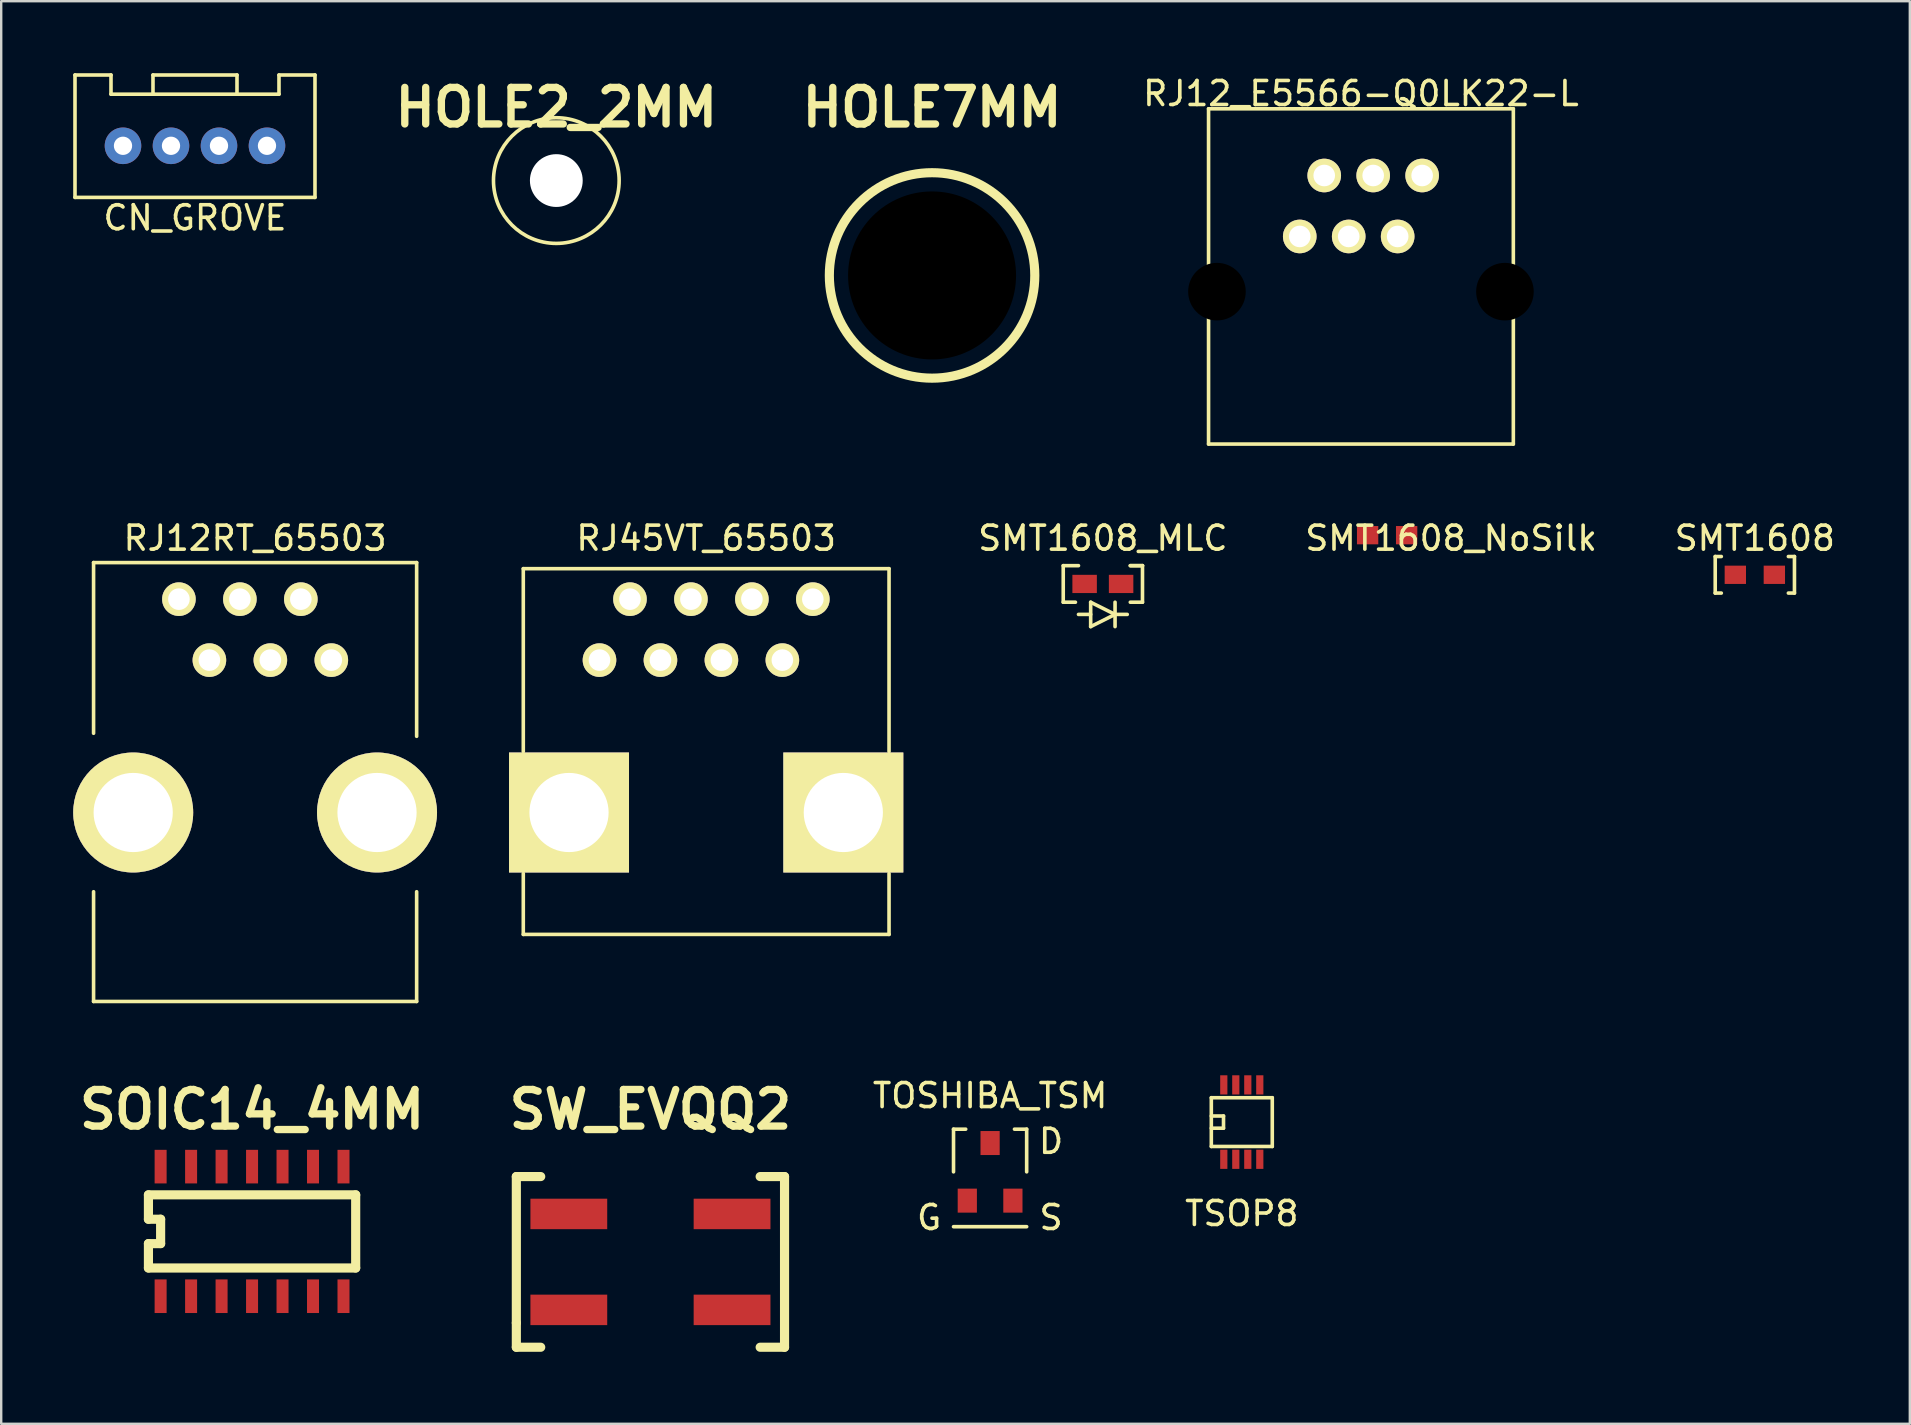
<source format=kicad_pcb>
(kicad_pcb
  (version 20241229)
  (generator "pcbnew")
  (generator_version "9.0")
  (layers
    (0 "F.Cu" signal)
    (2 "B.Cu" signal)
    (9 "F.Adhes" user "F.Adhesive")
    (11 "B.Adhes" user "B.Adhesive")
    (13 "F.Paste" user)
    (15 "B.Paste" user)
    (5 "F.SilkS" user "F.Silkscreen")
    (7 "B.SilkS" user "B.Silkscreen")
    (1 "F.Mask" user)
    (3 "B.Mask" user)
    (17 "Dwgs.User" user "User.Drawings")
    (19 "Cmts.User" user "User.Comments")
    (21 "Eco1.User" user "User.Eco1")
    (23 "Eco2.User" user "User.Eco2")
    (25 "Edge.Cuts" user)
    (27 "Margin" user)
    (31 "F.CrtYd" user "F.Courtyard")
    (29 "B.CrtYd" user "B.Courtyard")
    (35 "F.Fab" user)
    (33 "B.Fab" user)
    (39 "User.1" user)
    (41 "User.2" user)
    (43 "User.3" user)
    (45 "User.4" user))
  (footprint "RJ45VT_65503"
    (layer "F.Cu")
    (at 26.375 30.806)
    (property "Reference" "RJ45VT_65503" (at 0 -11.43 0) (layer "F.SilkS") (effects (font (size 1 1) (thickness 0.15))))
    (attr through_hole)
    (fp_line (start -7.62 -10.16) (end -7.62 -2.54) (stroke (width 0.15) (type solid)) (layer "F.SilkS"))
    (fp_line (start -7.62 -10.16) (end 7.62 -10.16) (stroke (width 0.15) (type solid)) (layer "F.SilkS"))
    (fp_line (start -7.62 5.08) (end -7.62 2.54) (stroke (width 0.15) (type solid)) (layer "F.SilkS"))
    (fp_line (start -7.62 5.08) (end 7.62 5.08) (stroke (width 0.15) (type solid)) (layer "F.SilkS"))
    (fp_line (start 7.62 -10.16) (end 7.62 -2.54) (stroke (width 0.15) (type solid)) (layer "F.SilkS"))
    (fp_line (start 7.62 5.08) (end 7.62 2.54) (stroke (width 0.15) (type solid)) (layer "F.SilkS"))
    (pad "1" thru_hole circle (at -4.445 -6.35) (size 1.4 1.4) (drill 0.9) (layers "*.Cu" "*.Mask" "F.SilkS"))
    (pad "2" thru_hole circle (at -3.175 -8.89) (size 1.4 1.4) (drill 0.9) (layers "*.Cu" "*.Mask" "F.SilkS"))
    (pad "3" thru_hole circle (at -1.905 -6.35) (size 1.4 1.4) (drill 0.9) (layers "*.Cu" "*.Mask" "F.SilkS"))
    (pad "4" thru_hole circle (at -0.635 -8.89) (size 1.4 1.4) (drill 0.9) (layers "*.Cu" "*.Mask" "F.SilkS"))
    (pad "5" thru_hole circle (at 0.635 -6.35) (size 1.4 1.4) (drill 0.9) (layers "*.Cu" "*.Mask" "F.SilkS"))
    (pad "6" thru_hole circle (at 1.905 -8.89) (size 1.4 1.4) (drill 0.9) (layers "*.Cu" "*.Mask" "F.SilkS"))
    (pad "7" thru_hole circle (at 3.175 -6.35) (size 1.4 1.4) (drill 0.9) (layers "*.Cu" "*.Mask" "F.SilkS"))
    (pad "8" thru_hole circle (at 4.445 -8.89) (size 1.4 1.4) (drill 0.9) (layers "*.Cu" "*.Mask" "F.SilkS"))
    (pad "9" thru_hole rect (at -5.715 0) (size 5 5) (drill 3.3) (layers "*.Cu" "*.Mask" "F.SilkS"))
    (pad "10" thru_hole rect (at 5.715 0) (size 5 5) (drill 3.3) (layers "*.Cu" "*.Mask" "F.SilkS")))
  (footprint "RJ12RT_65503"
    (layer "F.Cu")
    (at 7.58 30.806)
    (property "Reference" "RJ12RT_65503" (at 0 -11.43 0) (layer "F.SilkS") (effects (font (size 1 1) (thickness 0.15))))
    (attr through_hole)
    (fp_line (start -6.731 -10.414) (end -6.731 -3.302) (stroke (width 0.15) (type solid)) (layer "F.SilkS"))
    (fp_line (start -6.731 -10.414) (end 6.731 -10.414) (stroke (width 0.15) (type solid)) (layer "F.SilkS"))
    (fp_line (start -6.731 7.874) (end -6.731 3.302) (stroke (width 0.15) (type solid)) (layer "F.SilkS"))
    (fp_line (start -6.731 7.874) (end 6.731 7.874) (stroke (width 0.15) (type solid)) (layer "F.SilkS"))
    (fp_line (start 6.731 -10.414) (end 6.731 -3.175) (stroke (width 0.15) (type solid)) (layer "F.SilkS"))
    (fp_line (start 6.731 7.874) (end 6.731 3.302) (stroke (width 0.15) (type solid)) (layer "F.SilkS"))
    (pad "1" thru_hole circle (at -3.175 -8.89) (size 1.4 1.4) (drill 0.9) (layers "*.Cu" "*.Mask" "F.SilkS"))
    (pad "2" thru_hole circle (at -1.905 -6.35) (size 1.4 1.4) (drill 0.9) (layers "*.Cu" "*.Mask" "F.SilkS"))
    (pad "3" thru_hole circle (at -0.635 -8.89) (size 1.4 1.4) (drill 0.9) (layers "*.Cu" "*.Mask" "F.SilkS"))
    (pad "4" thru_hole circle (at 0.635 -6.35) (size 1.4 1.4) (drill 0.9) (layers "*.Cu" "*.Mask" "F.SilkS"))
    (pad "5" thru_hole circle (at 1.905 -8.89) (size 1.4 1.4) (drill 0.9) (layers "*.Cu" "*.Mask" "F.SilkS"))
    (pad "6" thru_hole circle (at 3.175 -6.35) (size 1.4 1.4) (drill 0.9) (layers "*.Cu" "*.Mask" "F.SilkS"))
    (pad "7" thru_hole circle (at -5.08 0) (size 5 5) (drill 3.3) (layers "*.Cu" "*.Mask" "F.SilkS"))
    (pad "8" thru_hole circle (at 5.08 0) (size 5 5) (drill 3.3) (layers "*.Cu" "*.Mask" "F.SilkS")))
  (footprint "SMT1608_MLC"
    (layer "F.Cu")
    (at 42.905 21.282)
    (property "Reference" "SMT1608_MLC" (at 0 -1.905 0) (layer "F.SilkS") (effects (font (size 1 1) (thickness 0.15))))
    (attr through_hole)
    (fp_line (start -1.651 -0.762) (end -1.651 0.762) (stroke (width 0.15) (type solid)) (layer "F.SilkS"))
    (fp_line (start -1.651 -0.762) (end -1.016 -0.762) (stroke (width 0.15) (type solid)) (layer "F.SilkS"))
    (fp_line (start -1.651 0.762) (end -1.143 0.762) (stroke (width 0.15) (type solid)) (layer "F.SilkS"))
    (fp_line (start -0.508 0.762) (end -0.508 1.778) (stroke (width 0.15) (type solid)) (layer "F.SilkS"))
    (fp_line (start -0.508 1.27) (end -1.016 1.27) (stroke (width 0.15) (type solid)) (layer "F.SilkS"))
    (fp_line (start -0.508 1.778) (end 0.508 1.27) (stroke (width 0.15) (type solid)) (layer "F.SilkS"))
    (fp_line (start 0.508 0.762) (end 0.508 1.778) (stroke (width 0.15) (type solid)) (layer "F.SilkS"))
    (fp_line (start 0.508 1.27) (end -0.508 0.762) (stroke (width 0.15) (type solid)) (layer "F.SilkS"))
    (fp_line (start 0.508 1.27) (end 1.016 1.27) (stroke (width 0.15) (type solid)) (layer "F.SilkS"))
    (fp_line (start 1.143 -0.762) (end 1.651 -0.762) (stroke (width 0.15) (type solid)) (layer "F.SilkS"))
    (fp_line (start 1.651 -0.762) (end 1.143 -0.762) (stroke (width 0.15) (type solid)) (layer "F.SilkS"))
    (fp_line (start 1.651 -0.762) (end 1.651 0.762) (stroke (width 0.15) (type solid)) (layer "F.SilkS"))
    (fp_line (start 1.651 0.762) (end 1.143 0.762) (stroke (width 0.15) (type solid)) (layer "F.SilkS"))
    (pad "1" smd rect (at 0.76 0) (size 1.02 0.76) (layers "F.Cu" "F.Mask" "F.Paste"))
    (pad "2" smd rect (at -0.76 0) (size 1.02 0.76) (layers "F.Cu" "F.Mask" "F.Paste")))
  (footprint "HOLE2_2MM"
    (layer "F.Cu")
    (at 20.131 4.474)
    (property "Reference" "HOLE2_2MM" (at 0 -3.048 0) (layer "F.SilkS") (effects (font (size 1.524 1.524) (thickness 0.305))))
    (attr through_hole)
    (fp_circle (center 0 0) (end 2.54 0.635) (stroke (width 0.15) (type solid)) (fill no) (layer "F.SilkS"))
    (pad "" np_thru_hole circle (at 0 0) (size 2.2 2.2) (drill 2.2) (layers "*.Cu")))
  (footprint "HOLE7MM"
    (layer "F.Cu")
    (at 35.788 8.427)
    (property "Reference" "HOLE7MM" (at 0 -7 0) (layer "F.SilkS") (effects (font (size 1.524 1.524) (thickness 0.305))))
    (attr through_hole)
    (fp_circle (center 0 0) (end 4 1.524) (stroke (width 0.381) (type solid)) (fill no) (layer "F.SilkS"))
    (pad "" np_thru_hole circle (at 0 0) (size 7 7) (drill 7) (layers)))
  (footprint "CN_GROVE"
    (layer "F.Cu")
    (at 5.075 3.025)
    (property "Reference" "CN_GROVE" (at 0 3 0) (layer "F.SilkS") (effects (font (size 1 1) (thickness 0.15))))
    (attr through_hole)
    (fp_line (start -5 -2.95) (end -5 2.15) (stroke (width 0.15) (type solid)) (layer "F.SilkS"))
    (fp_line (start -5 -2.95) (end -3.5 -2.95) (stroke (width 0.15) (type solid)) (layer "F.SilkS"))
    (fp_line (start -5 2.15) (end 5 2.15) (stroke (width 0.15) (type solid)) (layer "F.SilkS"))
    (fp_line (start -3.5 -2.95) (end -3.5 -2.15) (stroke (width 0.15) (type solid)) (layer "F.SilkS"))
    (fp_line (start -3.5 -2.15) (end 3.5 -2.15) (stroke (width 0.15) (type solid)) (layer "F.SilkS"))
    (fp_line (start -1.75 -2.95) (end -1.75 -2.15) (stroke (width 0.15) (type solid)) (layer "F.SilkS"))
    (fp_line (start -1.75 -2.95) (end 1.75 -2.95) (stroke (width 0.15) (type solid)) (layer "F.SilkS"))
    (fp_line (start 1.75 -2.95) (end 1.75 -2.15) (stroke (width 0.15) (type solid)) (layer "F.SilkS"))
    (fp_line (start 3.5 -2.95) (end 3.5 -2.15) (stroke (width 0.15) (type solid)) (layer "F.SilkS"))
    (fp_line (start 3.5 -2.95) (end 5 -2.95) (stroke (width 0.15) (type solid)) (layer "F.SilkS"))
    (fp_line (start 5 -2.95) (end 5 2.15) (stroke (width 0.15) (type solid)) (layer "F.SilkS"))
    (pad "1" thru_hole circle (at 3 0) (size 1.524 1.524) (drill 0.762) (layers "*.Cu" "*.Mask"))
    (pad "2" thru_hole circle (at 1 0) (size 1.524 1.524) (drill 0.762) (layers "*.Cu" "*.Mask"))
    (pad "3" thru_hole circle (at -1 0) (size 1.524 1.524) (drill 0.762) (layers "*.Cu" "*.Mask"))
    (pad "4" thru_hole circle (at -3 0) (size 1.524 1.524) (drill 0.762) (layers "*.Cu" "*.Mask")))
  (footprint "SMT1608_NoSilk"
    (layer "F.Cu")
    (at 54.75 19.25)
    (property "Reference" "SMT1608_NoSilk" (at 2.667 0.127 0) (layer "F.SilkS") (effects (font (size 1 1) (thickness 0.15))))
    (attr through_hole)
    (pad "1" smd rect (at -0.813 0) (size 0.889 0.762) (layers "F.Cu" "F.Mask" "F.Paste"))
    (pad "2" smd rect (at 0.813 0) (size 0.889 0.762) (layers "F.Cu" "F.Mask" "F.Paste")))
  (footprint "SMT1608"
    (layer "F.Cu")
    (at 70.072 20.901)
    (property "Reference" "SMT1608" (at 0 -1.524 0) (layer "F.SilkS") (effects (font (size 1 1) (thickness 0.15))))
    (attr through_hole)
    (fp_line (start -1.651 -0.762) (end -1.651 0.762) (stroke (width 0.15) (type solid)) (layer "F.SilkS"))
    (fp_line (start -1.651 0.762) (end -1.397 0.762) (stroke (width 0.15) (type solid)) (layer "F.SilkS"))
    (fp_line (start -1.397 -0.762) (end -1.651 -0.762) (stroke (width 0.15) (type solid)) (layer "F.SilkS"))
    (fp_line (start 1.397 -0.762) (end 1.651 -0.762) (stroke (width 0.15) (type solid)) (layer "F.SilkS"))
    (fp_line (start 1.651 -0.762) (end 1.651 0.762) (stroke (width 0.15) (type solid)) (layer "F.SilkS"))
    (fp_line (start 1.651 0.762) (end 1.397 0.762) (stroke (width 0.15) (type solid)) (layer "F.SilkS"))
    (pad "1" smd rect (at -0.813 0) (size 0.889 0.762) (layers "F.Cu" "F.Mask" "F.Paste"))
    (pad "2" smd rect (at 0.813 0) (size 0.889 0.762) (layers "F.Cu" "F.Mask" "F.Paste")))
  (footprint "TOSHIBA_TSM"
    (layer "F.Cu")
    (at 38.206 45.779)
    (property "Reference" "TOSHIBA_TSM" (at 0 -3.175 0) (layer "F.SilkS") (effects (font (size 1 1) (thickness 0.15))))
    (attr through_hole)
    (fp_line (start -1.524 -1.778) (end -1.524 0) (stroke (width 0.15) (type solid)) (layer "F.SilkS"))
    (fp_line (start -1.524 2.286) (end 1.524 2.286) (stroke (width 0.15) (type solid)) (layer "F.SilkS"))
    (fp_line (start -1.016 -1.778) (end -1.524 -1.778) (stroke (width 0.15) (type solid)) (layer "F.SilkS"))
    (fp_line (start 1.016 -1.778) (end 1.524 -1.778) (stroke (width 0.15) (type solid)) (layer "F.SilkS"))
    (fp_line (start 1.524 -1.778) (end 1.524 0) (stroke (width 0.15) (type solid)) (layer "F.SilkS"))
    (fp_text user "G" (at -2.54 1.905 0) (layer "F.SilkS") (effects (font (size 1 1) (thickness 0.15))))
    (fp_text user "D" (at 2.54 -1.27 0) (layer "F.SilkS") (effects (font (size 1 1) (thickness 0.15))))
    (fp_text user "S" (at 2.54 1.905 0) (layer "F.SilkS") (effects (font (size 1 1) (thickness 0.15))))
    (pad "1" smd rect (at -0.95 1.2) (size 0.8 1) (layers "F.Cu" "F.Mask" "F.Paste"))
    (pad "2" smd rect (at 0.95 1.2) (size 0.8 1) (layers "F.Cu" "F.Mask" "F.Paste"))
    (pad "3" smd rect (at 0 -1.2) (size 0.8 1) (layers "F.Cu" "F.Mask" "F.Paste")))
  (footprint "RJ12_E5566-Q0LK22-L"
    (layer "F.Cu")
    (at 53.659 9.103)
    (property "Reference" "RJ12_E5566-Q0LK22-L" (at 0 -8.255 0) (layer "F.SilkS") (effects (font (size 1 1) (thickness 0.15))))
    (attr through_hole)
    (fp_line (start -6.35 -7.62) (end -6.35 6.35) (stroke (width 0.15) (type solid)) (layer "F.SilkS"))
    (fp_line (start -6.35 6.35) (end 6.35 6.35) (stroke (width 0.15) (type solid)) (layer "F.SilkS"))
    (fp_line (start 6.35 -7.62) (end -6.35 -7.62) (stroke (width 0.15) (type solid)) (layer "F.SilkS"))
    (fp_line (start 6.35 6.35) (end 6.35 -7.62) (stroke (width 0.15) (type solid)) (layer "F.SilkS"))
    (pad "" np_thru_hole circle (at -6 0) (size 3.4 3.4) (drill 2.4) (layers))
    (pad "" np_thru_hole circle (at 6 0) (size 3.4 3.4) (drill 2.4) (layers))
    (pad "1" thru_hole circle (at 2.55 -4.84) (size 1.4 1.4) (drill 0.9) (layers "*.Cu" "*.Mask" "F.SilkS"))
    (pad "2" thru_hole circle (at 1.53 -2.3) (size 1.4 1.4) (drill 0.9) (layers "*.Cu" "*.Mask" "F.SilkS"))
    (pad "3" thru_hole circle (at 0.51 -4.84) (size 1.4 1.4) (drill 0.9) (layers "*.Cu" "*.Mask" "F.SilkS"))
    (pad "4" thru_hole circle (at -0.51 -2.3) (size 1.4 1.4) (drill 0.9) (layers "*.Cu" "*.Mask" "F.SilkS"))
    (pad "5" thru_hole circle (at -1.53 -4.84) (size 1.4 1.4) (drill 0.9) (layers "*.Cu" "*.Mask" "F.SilkS"))
    (pad "6" thru_hole circle (at -2.55 -2.3) (size 1.4 1.4) (drill 0.9) (layers "*.Cu" "*.Mask" "F.SilkS")))
  (footprint "SW_EVQQ2"
    (layer "F.Cu")
    (at 24.053 49.532)
    (property "Reference" "SW_EVQQ2" (at 0 -6.35 0) (layer "F.SilkS") (effects (font (size 1.524 1.524) (thickness 0.305))))
    (attr through_hole)
    (fp_line (start -5.588 -3.556) (end -5.588 2.54) (stroke (width 0.381) (type solid)) (layer "F.SilkS"))
    (fp_line (start -5.588 2.54) (end -5.588 3.556) (stroke (width 0.381) (type solid)) (layer "F.SilkS"))
    (fp_line (start -5.588 3.556) (end -4.572 3.556) (stroke (width 0.381) (type solid)) (layer "F.SilkS"))
    (fp_line (start -4.572 -3.556) (end -5.588 -3.556) (stroke (width 0.381) (type solid)) (layer "F.SilkS"))
    (fp_line (start 4.572 -3.556) (end 5.588 -3.556) (stroke (width 0.381) (type solid)) (layer "F.SilkS"))
    (fp_line (start 5.588 -3.556) (end 5.588 3.556) (stroke (width 0.381) (type solid)) (layer "F.SilkS"))
    (fp_line (start 5.588 3.556) (end 4.572 3.556) (stroke (width 0.381) (type solid)) (layer "F.SilkS"))
    (pad "1" smd rect (at -3.401 1.999) (size 3.2 1.27) (layers "F.Cu" "F.Mask" "F.Paste"))
    (pad "2" smd rect (at 3.401 1.999) (size 3.2 1.27) (layers "F.Cu" "F.Mask" "F.Paste"))
    (pad "3" smd rect (at 3.401 -1.999) (size 3.2 1.27) (layers "F.Cu" "F.Mask" "F.Paste"))
    (pad "4" smd rect (at -3.401 -1.999) (size 3.2 1.27) (layers "F.Cu" "F.Mask" "F.Paste")))
  (footprint "SOIC14_4MM"
    (layer "F.Cu")
    (at 7.453 48.262)
    (property "Reference" "SOIC14_4MM" (at 0 -5.08 0) (layer "F.SilkS") (effects (font (size 1.524 1.524) (thickness 0.305))))
    (attr through_hole)
    (fp_line (start -4.318 -1.524) (end -4.318 -0.508) (stroke (width 0.381) (type solid)) (layer "F.SilkS"))
    (fp_line (start -4.318 -0.508) (end -3.81 -0.508) (stroke (width 0.381) (type solid)) (layer "F.SilkS"))
    (fp_line (start -4.318 0.508) (end -4.318 1.524) (stroke (width 0.381) (type solid)) (layer "F.SilkS"))
    (fp_line (start -4.318 1.524) (end 4.318 1.524) (stroke (width 0.381) (type solid)) (layer "F.SilkS"))
    (fp_line (start -3.81 -0.508) (end -3.81 0.508) (stroke (width 0.381) (type solid)) (layer "F.SilkS"))
    (fp_line (start -3.81 0.508) (end -4.318 0.508) (stroke (width 0.381) (type solid)) (layer "F.SilkS"))
    (fp_line (start 4.318 -1.524) (end -4.318 -1.524) (stroke (width 0.381) (type solid)) (layer "F.SilkS"))
    (fp_line (start 4.318 1.524) (end 4.318 -1.524) (stroke (width 0.381) (type solid)) (layer "F.SilkS"))
    (pad "1" smd rect (at -3.81 2.7) (size 0.5 1.4) (layers "F.Cu" "F.Mask" "F.Paste"))
    (pad "2" smd rect (at -2.54 2.7) (size 0.5 1.4) (layers "F.Cu" "F.Mask" "F.Paste"))
    (pad "3" smd rect (at -1.27 2.7) (size 0.5 1.4) (layers "F.Cu" "F.Mask" "F.Paste"))
    (pad "4" smd rect (at 0 2.7) (size 0.5 1.4) (layers "F.Cu" "F.Mask" "F.Paste"))
    (pad "5" smd rect (at 1.27 2.7) (size 0.5 1.4) (layers "F.Cu" "F.Mask" "F.Paste"))
    (pad "6" smd rect (at 2.54 2.7) (size 0.5 1.4) (layers "F.Cu" "F.Mask" "F.Paste"))
    (pad "7" smd rect (at 3.81 2.7) (size 0.5 1.4) (layers "F.Cu" "F.Mask" "F.Paste"))
    (pad "8" smd rect (at 3.81 -2.7) (size 0.5 1.4) (layers "F.Cu" "F.Mask" "F.Paste"))
    (pad "9" smd rect (at 2.54 -2.7) (size 0.5 1.4) (layers "F.Cu" "F.Mask" "F.Paste"))
    (pad "10" smd rect (at 1.27 -2.7) (size 0.5 1.4) (layers "F.Cu" "F.Mask" "F.Paste"))
    (pad "11" smd rect (at 0 -2.7) (size 0.5 1.4) (layers "F.Cu" "F.Mask" "F.Paste"))
    (pad "12" smd rect (at -1.27 -2.7) (size 0.5 1.4) (layers "F.Cu" "F.Mask" "F.Paste"))
    (pad "13" smd rect (at -2.54 -2.7) (size 0.5 1.4) (layers "F.Cu" "F.Mask" "F.Paste"))
    (pad "14" smd rect (at -3.81 -2.7) (size 0.5 1.4) (layers "F.Cu" "F.Mask" "F.Paste")))
  (footprint "TSOP8"
    (layer "F.Cu")
    (at 48.694 43.706)
    (property "Reference" "TSOP8" (at 0 3.81 0) (layer "F.SilkS") (effects (font (size 1 1) (thickness 0.15))))
    (attr through_hole)
    (fp_line (start -1.27 -1.016) (end 1.27 -1.016) (stroke (width 0.15) (type solid)) (layer "F.SilkS"))
    (fp_line (start -1.27 -0.254) (end -0.762 -0.254) (stroke (width 0.15) (type solid)) (layer "F.SilkS"))
    (fp_line (start -1.27 1.016) (end -1.27 -1.016) (stroke (width 0.15) (type solid)) (layer "F.SilkS"))
    (fp_line (start -0.762 -0.254) (end -0.762 0.254) (stroke (width 0.15) (type solid)) (layer "F.SilkS"))
    (fp_line (start -0.762 0.254) (end -1.27 0.254) (stroke (width 0.15) (type solid)) (layer "F.SilkS"))
    (fp_line (start 1.27 -1.016) (end 1.27 1.016) (stroke (width 0.15) (type solid)) (layer "F.SilkS"))
    (fp_line (start 1.27 1.016) (end -1.27 1.016) (stroke (width 0.15) (type solid)) (layer "F.SilkS"))
    (pad "1" smd rect (at -0.75 1.55) (size 0.3 0.8) (layers "F.Cu" "F.Mask" "F.Paste"))
    (pad "2" smd rect (at -0.25 1.55) (size 0.3 0.8) (layers "F.Cu" "F.Mask" "F.Paste"))
    (pad "3" smd rect (at 0.25 1.55) (size 0.3 0.8) (layers "F.Cu" "F.Mask" "F.Paste"))
    (pad "4" smd rect (at 0.75 1.55) (size 0.3 0.8) (layers "F.Cu" "F.Mask" "F.Paste"))
    (pad "5" smd rect (at 0.75 -1.55) (size 0.3 0.8) (layers "F.Cu" "F.Mask" "F.Paste"))
    (pad "6" smd rect (at 0.25 -1.55) (size 0.3 0.8) (layers "F.Cu" "F.Mask" "F.Paste"))
    (pad "7" smd rect (at -0.25 -1.55) (size 0.3 0.8) (layers "F.Cu" "F.Mask" "F.Paste"))
    (pad "8" smd rect (at -0.75 -1.55) (size 0.3 0.8) (layers "F.Cu" "F.Mask" "F.Paste")))
  (gr_rect
    (start -3 -3)
    (end 76.53 56.278)
    (stroke (width 0.1) (type default))
    (fill no)
    (layer "Edge.Cuts")))
</source>
